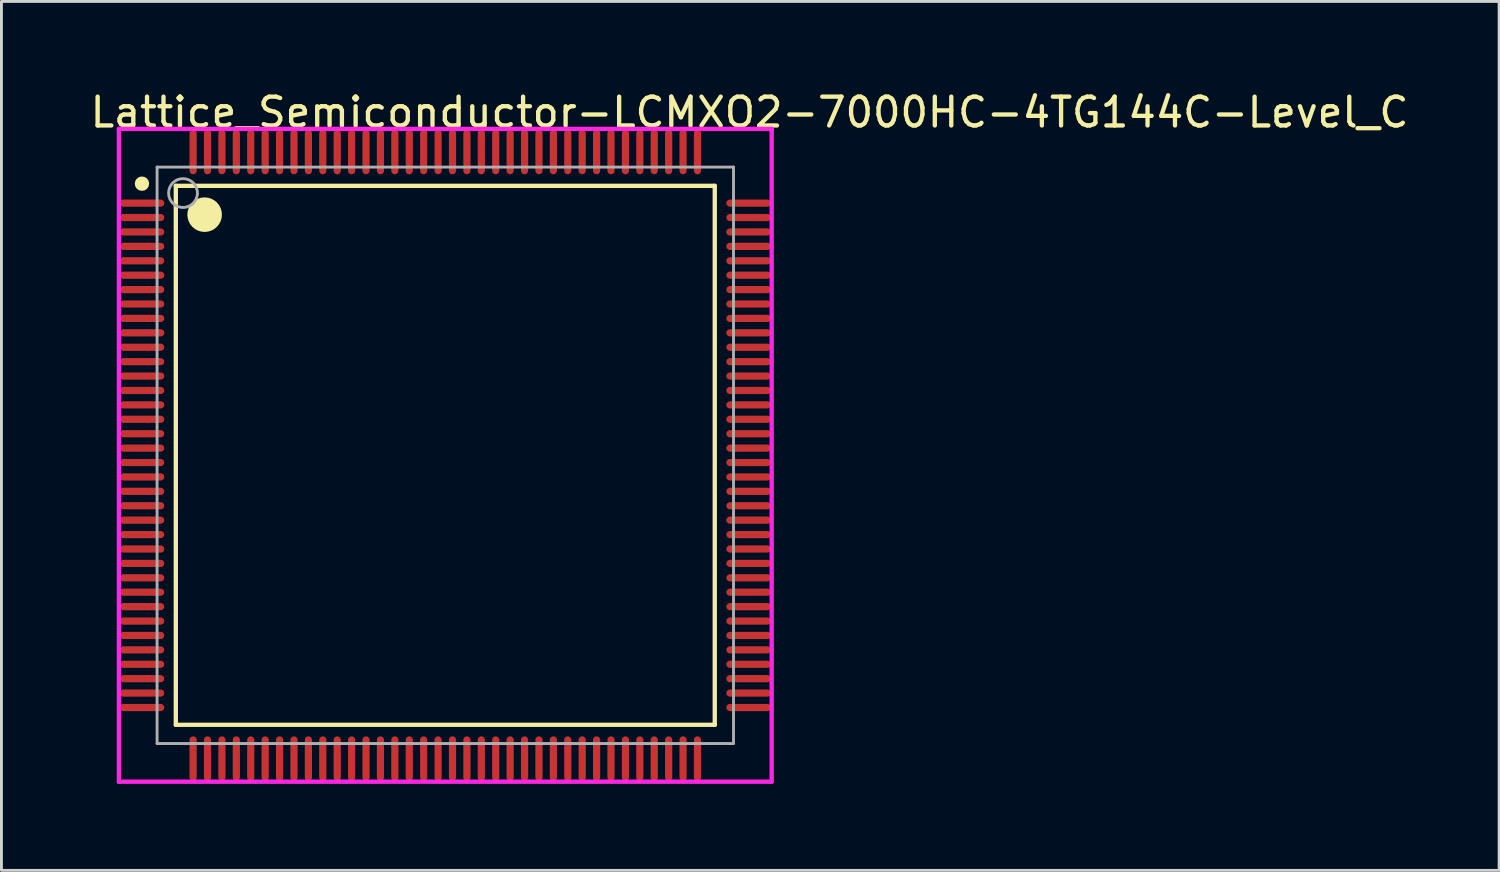
<source format=kicad_pcb>
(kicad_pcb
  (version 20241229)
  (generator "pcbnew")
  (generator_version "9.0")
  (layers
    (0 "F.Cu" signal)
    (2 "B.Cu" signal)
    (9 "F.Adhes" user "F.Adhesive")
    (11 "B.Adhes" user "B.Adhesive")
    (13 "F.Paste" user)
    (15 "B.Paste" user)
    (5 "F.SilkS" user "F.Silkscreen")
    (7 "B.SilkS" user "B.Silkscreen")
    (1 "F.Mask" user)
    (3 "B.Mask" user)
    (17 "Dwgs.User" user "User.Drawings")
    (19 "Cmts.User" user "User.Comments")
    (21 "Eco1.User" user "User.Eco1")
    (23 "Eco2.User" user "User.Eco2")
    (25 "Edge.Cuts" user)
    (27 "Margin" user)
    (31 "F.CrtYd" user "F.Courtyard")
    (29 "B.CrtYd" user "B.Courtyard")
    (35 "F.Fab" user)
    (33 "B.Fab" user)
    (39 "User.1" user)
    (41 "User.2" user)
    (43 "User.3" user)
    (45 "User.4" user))
  (footprint "Lattice_Semiconductor-LCMXO2-7000HC-4TG144C-Level_C"
    (layer "F.Cu")
    (at 12.4 12.748)
    (property "Reference" "Lattice_Semiconductor-LCMXO2-7000HC-4TG144C-Level_C" (at -12.4 -11.9 0) (layer "F.SilkS") (effects (font (size 1 1) (thickness 0.15)) (justify left)))
    (attr through_hole)
    (fp_line (start -9.35 -9.35) (end 9.35 -9.35) (stroke (width 0.15) (type solid)) (layer "F.SilkS"))
    (fp_line (start -9.35 9.35) (end -9.35 -9.35) (stroke (width 0.15) (type solid)) (layer "F.SilkS"))
    (fp_line (start -9.35 9.35) (end 9.35 9.35) (stroke (width 0.15) (type solid)) (layer "F.SilkS"))
    (fp_line (start 9.35 9.35) (end 9.35 -9.35) (stroke (width 0.15) (type solid)) (layer "F.SilkS"))
    (fp_circle (center -10.525 -9.425) (end -10.4 -9.425) (stroke (width 0.25) (type solid)) (fill no) (layer "F.SilkS"))
    (fp_circle (center -8.35 -8.35) (end -8.05 -8.35) (stroke (width 0.6) (type solid)) (fill no) (layer "F.SilkS"))
    (fp_line (start -11.325 -11.325) (end -11.325 11.325) (stroke (width 0.15) (type solid)) (layer "F.CrtYd"))
    (fp_line (start -11.325 11.325) (end 11.325 11.325) (stroke (width 0.15) (type solid)) (layer "F.CrtYd"))
    (fp_line (start 11.325 -11.325) (end -11.325 -11.325) (stroke (width 0.15) (type solid)) (layer "F.CrtYd"))
    (fp_line (start 11.325 -11.325) (end 11.325 -11.325) (stroke (width 0.15) (type solid)) (layer "F.CrtYd"))
    (fp_line (start 11.325 11.325) (end 11.325 -11.325) (stroke (width 0.15) (type solid)) (layer "F.CrtYd"))
    (fp_line (start -10 -10) (end 10 -10) (stroke (width 0.1) (type solid)) (layer "F.Fab"))
    (fp_line (start -10 10) (end -10 -10) (stroke (width 0.1) (type solid)) (layer "F.Fab"))
    (fp_line (start -10 10) (end 10 10) (stroke (width 0.1) (type solid)) (layer "F.Fab"))
    (fp_line (start 10 10) (end 10 -10) (stroke (width 0.1) (type solid)) (layer "F.Fab"))
    (fp_circle (center -9.1 -9.1) (end -8.6 -9.1) (stroke (width 0.1) (type solid)) (fill no) (layer "F.Fab"))
    (pad "1" smd roundrect (at -10.525 -8.75 270) (size 0.25 1.55) (layers "F.Cu" "F.Mask" "F.Paste") (roundrect_rratio 0.5))
    (pad "2" smd roundrect (at -10.525 -8.25 270) (size 0.25 1.55) (layers "F.Cu" "F.Mask" "F.Paste") (roundrect_rratio 0.5))
    (pad "3" smd roundrect (at -10.525 -7.75 270) (size 0.25 1.55) (layers "F.Cu" "F.Mask" "F.Paste") (roundrect_rratio 0.5))
    (pad "4" smd roundrect (at -10.525 -7.25 270) (size 0.25 1.55) (layers "F.Cu" "F.Mask" "F.Paste") (roundrect_rratio 0.5))
    (pad "5" smd roundrect (at -10.525 -6.75 270) (size 0.25 1.55) (layers "F.Cu" "F.Mask" "F.Paste") (roundrect_rratio 0.5))
    (pad "6" smd roundrect (at -10.525 -6.25 270) (size 0.25 1.55) (layers "F.Cu" "F.Mask" "F.Paste") (roundrect_rratio 0.5))
    (pad "7" smd roundrect (at -10.525 -5.75 270) (size 0.25 1.55) (layers "F.Cu" "F.Mask" "F.Paste") (roundrect_rratio 0.5))
    (pad "8" smd roundrect (at -10.525 -5.25 270) (size 0.25 1.55) (layers "F.Cu" "F.Mask" "F.Paste") (roundrect_rratio 0.5))
    (pad "9" smd roundrect (at -10.525 -4.75 270) (size 0.25 1.55) (layers "F.Cu" "F.Mask" "F.Paste") (roundrect_rratio 0.5))
    (pad "10" smd roundrect (at -10.525 -4.25 270) (size 0.25 1.55) (layers "F.Cu" "F.Mask" "F.Paste") (roundrect_rratio 0.5))
    (pad "11" smd roundrect (at -10.525 -3.75 270) (size 0.25 1.55) (layers "F.Cu" "F.Mask" "F.Paste") (roundrect_rratio 0.5))
    (pad "12" smd roundrect (at -10.525 -3.25 270) (size 0.25 1.55) (layers "F.Cu" "F.Mask" "F.Paste") (roundrect_rratio 0.5))
    (pad "13" smd roundrect (at -10.525 -2.75 270) (size 0.25 1.55) (layers "F.Cu" "F.Mask" "F.Paste") (roundrect_rratio 0.5))
    (pad "14" smd roundrect (at -10.525 -2.25 270) (size 0.25 1.55) (layers "F.Cu" "F.Mask" "F.Paste") (roundrect_rratio 0.5))
    (pad "15" smd roundrect (at -10.525 -1.75 270) (size 0.25 1.55) (layers "F.Cu" "F.Mask" "F.Paste") (roundrect_rratio 0.5))
    (pad "16" smd roundrect (at -10.525 -1.25 270) (size 0.25 1.55) (layers "F.Cu" "F.Mask" "F.Paste") (roundrect_rratio 0.5))
    (pad "17" smd roundrect (at -10.525 -0.75 270) (size 0.25 1.55) (layers "F.Cu" "F.Mask" "F.Paste") (roundrect_rratio 0.5))
    (pad "18" smd roundrect (at -10.525 -0.25 270) (size 0.25 1.55) (layers "F.Cu" "F.Mask" "F.Paste") (roundrect_rratio 0.5))
    (pad "19" smd roundrect (at -10.525 0.25 270) (size 0.25 1.55) (layers "F.Cu" "F.Mask" "F.Paste") (roundrect_rratio 0.5))
    (pad "20" smd roundrect (at -10.525 0.75 270) (size 0.25 1.55) (layers "F.Cu" "F.Mask" "F.Paste") (roundrect_rratio 0.5))
    (pad "21" smd roundrect (at -10.525 1.25 270) (size 0.25 1.55) (layers "F.Cu" "F.Mask" "F.Paste") (roundrect_rratio 0.5))
    (pad "22" smd roundrect (at -10.525 1.75 270) (size 0.25 1.55) (layers "F.Cu" "F.Mask" "F.Paste") (roundrect_rratio 0.5))
    (pad "23" smd roundrect (at -10.525 2.25 270) (size 0.25 1.55) (layers "F.Cu" "F.Mask" "F.Paste") (roundrect_rratio 0.5))
    (pad "24" smd roundrect (at -10.525 2.75 270) (size 0.25 1.55) (layers "F.Cu" "F.Mask" "F.Paste") (roundrect_rratio 0.5))
    (pad "25" smd roundrect (at -10.525 3.25 270) (size 0.25 1.55) (layers "F.Cu" "F.Mask" "F.Paste") (roundrect_rratio 0.5))
    (pad "26" smd roundrect (at -10.525 3.75 270) (size 0.25 1.55) (layers "F.Cu" "F.Mask" "F.Paste") (roundrect_rratio 0.5))
    (pad "27" smd roundrect (at -10.525 4.25 270) (size 0.25 1.55) (layers "F.Cu" "F.Mask" "F.Paste") (roundrect_rratio 0.5))
    (pad "28" smd roundrect (at -10.525 4.75 270) (size 0.25 1.55) (layers "F.Cu" "F.Mask" "F.Paste") (roundrect_rratio 0.5))
    (pad "29" smd roundrect (at -10.525 5.25 270) (size 0.25 1.55) (layers "F.Cu" "F.Mask" "F.Paste") (roundrect_rratio 0.5))
    (pad "30" smd roundrect (at -10.525 5.75 270) (size 0.25 1.55) (layers "F.Cu" "F.Mask" "F.Paste") (roundrect_rratio 0.5))
    (pad "31" smd roundrect (at -10.525 6.25 270) (size 0.25 1.55) (layers "F.Cu" "F.Mask" "F.Paste") (roundrect_rratio 0.5))
    (pad "32" smd roundrect (at -10.525 6.75 270) (size 0.25 1.55) (layers "F.Cu" "F.Mask" "F.Paste") (roundrect_rratio 0.5))
    (pad "33" smd roundrect (at -10.525 7.25 270) (size 0.25 1.55) (layers "F.Cu" "F.Mask" "F.Paste") (roundrect_rratio 0.5))
    (pad "34" smd roundrect (at -10.525 7.75 270) (size 0.25 1.55) (layers "F.Cu" "F.Mask" "F.Paste") (roundrect_rratio 0.5))
    (pad "35" smd roundrect (at -10.525 8.25 270) (size 0.25 1.55) (layers "F.Cu" "F.Mask" "F.Paste") (roundrect_rratio 0.5))
    (pad "36" smd roundrect (at -10.525 8.75 270) (size 0.25 1.55) (layers "F.Cu" "F.Mask" "F.Paste") (roundrect_rratio 0.5))
    (pad "37" smd roundrect (at -8.75 10.525) (size 0.25 1.55) (layers "F.Cu" "F.Mask" "F.Paste") (roundrect_rratio 0.5))
    (pad "38" smd roundrect (at -8.25 10.525) (size 0.25 1.55) (layers "F.Cu" "F.Mask" "F.Paste") (roundrect_rratio 0.5))
    (pad "39" smd roundrect (at -7.75 10.525) (size 0.25 1.55) (layers "F.Cu" "F.Mask" "F.Paste") (roundrect_rratio 0.5))
    (pad "40" smd roundrect (at -7.25 10.525) (size 0.25 1.55) (layers "F.Cu" "F.Mask" "F.Paste") (roundrect_rratio 0.5))
    (pad "41" smd roundrect (at -6.75 10.525) (size 0.25 1.55) (layers "F.Cu" "F.Mask" "F.Paste") (roundrect_rratio 0.5))
    (pad "42" smd roundrect (at -6.25 10.525) (size 0.25 1.55) (layers "F.Cu" "F.Mask" "F.Paste") (roundrect_rratio 0.5))
    (pad "43" smd roundrect (at -5.75 10.525) (size 0.25 1.55) (layers "F.Cu" "F.Mask" "F.Paste") (roundrect_rratio 0.5))
    (pad "44" smd roundrect (at -5.25 10.525) (size 0.25 1.55) (layers "F.Cu" "F.Mask" "F.Paste") (roundrect_rratio 0.5))
    (pad "45" smd roundrect (at -4.75 10.525) (size 0.25 1.55) (layers "F.Cu" "F.Mask" "F.Paste") (roundrect_rratio 0.5))
    (pad "46" smd roundrect (at -4.25 10.525) (size 0.25 1.55) (layers "F.Cu" "F.Mask" "F.Paste") (roundrect_rratio 0.5))
    (pad "47" smd roundrect (at -3.75 10.525) (size 0.25 1.55) (layers "F.Cu" "F.Mask" "F.Paste") (roundrect_rratio 0.5))
    (pad "48" smd roundrect (at -3.25 10.525) (size 0.25 1.55) (layers "F.Cu" "F.Mask" "F.Paste") (roundrect_rratio 0.5))
    (pad "49" smd roundrect (at -2.75 10.525) (size 0.25 1.55) (layers "F.Cu" "F.Mask" "F.Paste") (roundrect_rratio 0.5))
    (pad "50" smd roundrect (at -2.25 10.525) (size 0.25 1.55) (layers "F.Cu" "F.Mask" "F.Paste") (roundrect_rratio 0.5))
    (pad "51" smd roundrect (at -1.75 10.525) (size 0.25 1.55) (layers "F.Cu" "F.Mask" "F.Paste") (roundrect_rratio 0.5))
    (pad "52" smd roundrect (at -1.25 10.525) (size 0.25 1.55) (layers "F.Cu" "F.Mask" "F.Paste") (roundrect_rratio 0.5))
    (pad "53" smd roundrect (at -0.75 10.525) (size 0.25 1.55) (layers "F.Cu" "F.Mask" "F.Paste") (roundrect_rratio 0.5))
    (pad "54" smd roundrect (at -0.25 10.525) (size 0.25 1.55) (layers "F.Cu" "F.Mask" "F.Paste") (roundrect_rratio 0.5))
    (pad "55" smd roundrect (at 0.25 10.525) (size 0.25 1.55) (layers "F.Cu" "F.Mask" "F.Paste") (roundrect_rratio 0.5))
    (pad "56" smd roundrect (at 0.75 10.525) (size 0.25 1.55) (layers "F.Cu" "F.Mask" "F.Paste") (roundrect_rratio 0.5))
    (pad "57" smd roundrect (at 1.25 10.525) (size 0.25 1.55) (layers "F.Cu" "F.Mask" "F.Paste") (roundrect_rratio 0.5))
    (pad "58" smd roundrect (at 1.75 10.525) (size 0.25 1.55) (layers "F.Cu" "F.Mask" "F.Paste") (roundrect_rratio 0.5))
    (pad "59" smd roundrect (at 2.25 10.525) (size 0.25 1.55) (layers "F.Cu" "F.Mask" "F.Paste") (roundrect_rratio 0.5))
    (pad "60" smd roundrect (at 2.75 10.525) (size 0.25 1.55) (layers "F.Cu" "F.Mask" "F.Paste") (roundrect_rratio 0.5))
    (pad "61" smd roundrect (at 3.25 10.525) (size 0.25 1.55) (layers "F.Cu" "F.Mask" "F.Paste") (roundrect_rratio 0.5))
    (pad "62" smd roundrect (at 3.75 10.525) (size 0.25 1.55) (layers "F.Cu" "F.Mask" "F.Paste") (roundrect_rratio 0.5))
    (pad "63" smd roundrect (at 4.25 10.525) (size 0.25 1.55) (layers "F.Cu" "F.Mask" "F.Paste") (roundrect_rratio 0.5))
    (pad "64" smd roundrect (at 4.75 10.525) (size 0.25 1.55) (layers "F.Cu" "F.Mask" "F.Paste") (roundrect_rratio 0.5))
    (pad "65" smd roundrect (at 5.25 10.525) (size 0.25 1.55) (layers "F.Cu" "F.Mask" "F.Paste") (roundrect_rratio 0.5))
    (pad "66" smd roundrect (at 5.75 10.525) (size 0.25 1.55) (layers "F.Cu" "F.Mask" "F.Paste") (roundrect_rratio 0.5))
    (pad "67" smd roundrect (at 6.25 10.525) (size 0.25 1.55) (layers "F.Cu" "F.Mask" "F.Paste") (roundrect_rratio 0.5))
    (pad "68" smd roundrect (at 6.75 10.525) (size 0.25 1.55) (layers "F.Cu" "F.Mask" "F.Paste") (roundrect_rratio 0.5))
    (pad "69" smd roundrect (at 7.25 10.525) (size 0.25 1.55) (layers "F.Cu" "F.Mask" "F.Paste") (roundrect_rratio 0.5))
    (pad "70" smd roundrect (at 7.75 10.525) (size 0.25 1.55) (layers "F.Cu" "F.Mask" "F.Paste") (roundrect_rratio 0.5))
    (pad "71" smd roundrect (at 8.25 10.525) (size 0.25 1.55) (layers "F.Cu" "F.Mask" "F.Paste") (roundrect_rratio 0.5))
    (pad "72" smd roundrect (at 8.75 10.525) (size 0.25 1.55) (layers "F.Cu" "F.Mask" "F.Paste") (roundrect_rratio 0.5))
    (pad "73" smd roundrect (at 10.525 8.75 270) (size 0.25 1.55) (layers "F.Cu" "F.Mask" "F.Paste") (roundrect_rratio 0.5))
    (pad "74" smd roundrect (at 10.525 8.25 270) (size 0.25 1.55) (layers "F.Cu" "F.Mask" "F.Paste") (roundrect_rratio 0.5))
    (pad "75" smd roundrect (at 10.525 7.75 270) (size 0.25 1.55) (layers "F.Cu" "F.Mask" "F.Paste") (roundrect_rratio 0.5))
    (pad "76" smd roundrect (at 10.525 7.25 270) (size 0.25 1.55) (layers "F.Cu" "F.Mask" "F.Paste") (roundrect_rratio 0.5))
    (pad "77" smd roundrect (at 10.525 6.75 270) (size 0.25 1.55) (layers "F.Cu" "F.Mask" "F.Paste") (roundrect_rratio 0.5))
    (pad "78" smd roundrect (at 10.525 6.25 270) (size 0.25 1.55) (layers "F.Cu" "F.Mask" "F.Paste") (roundrect_rratio 0.5))
    (pad "79" smd roundrect (at 10.525 5.75 270) (size 0.25 1.55) (layers "F.Cu" "F.Mask" "F.Paste") (roundrect_rratio 0.5))
    (pad "80" smd roundrect (at 10.525 5.25 270) (size 0.25 1.55) (layers "F.Cu" "F.Mask" "F.Paste") (roundrect_rratio 0.5))
    (pad "81" smd roundrect (at 10.525 4.75 270) (size 0.25 1.55) (layers "F.Cu" "F.Mask" "F.Paste") (roundrect_rratio 0.5))
    (pad "82" smd roundrect (at 10.525 4.25 270) (size 0.25 1.55) (layers "F.Cu" "F.Mask" "F.Paste") (roundrect_rratio 0.5))
    (pad "83" smd roundrect (at 10.525 3.75 270) (size 0.25 1.55) (layers "F.Cu" "F.Mask" "F.Paste") (roundrect_rratio 0.5))
    (pad "84" smd roundrect (at 10.525 3.25 270) (size 0.25 1.55) (layers "F.Cu" "F.Mask" "F.Paste") (roundrect_rratio 0.5))
    (pad "85" smd roundrect (at 10.525 2.75 270) (size 0.25 1.55) (layers "F.Cu" "F.Mask" "F.Paste") (roundrect_rratio 0.5))
    (pad "86" smd roundrect (at 10.525 2.25 270) (size 0.25 1.55) (layers "F.Cu" "F.Mask" "F.Paste") (roundrect_rratio 0.5))
    (pad "87" smd roundrect (at 10.525 1.75 270) (size 0.25 1.55) (layers "F.Cu" "F.Mask" "F.Paste") (roundrect_rratio 0.5))
    (pad "88" smd roundrect (at 10.525 1.25 270) (size 0.25 1.55) (layers "F.Cu" "F.Mask" "F.Paste") (roundrect_rratio 0.5))
    (pad "89" smd roundrect (at 10.525 0.75 270) (size 0.25 1.55) (layers "F.Cu" "F.Mask" "F.Paste") (roundrect_rratio 0.5))
    (pad "90" smd roundrect (at 10.525 0.25 270) (size 0.25 1.55) (layers "F.Cu" "F.Mask" "F.Paste") (roundrect_rratio 0.5))
    (pad "91" smd roundrect (at 10.525 -0.25 270) (size 0.25 1.55) (layers "F.Cu" "F.Mask" "F.Paste") (roundrect_rratio 0.5))
    (pad "92" smd roundrect (at 10.525 -0.75 270) (size 0.25 1.55) (layers "F.Cu" "F.Mask" "F.Paste") (roundrect_rratio 0.5))
    (pad "93" smd roundrect (at 10.525 -1.25 270) (size 0.25 1.55) (layers "F.Cu" "F.Mask" "F.Paste") (roundrect_rratio 0.5))
    (pad "94" smd roundrect (at 10.525 -1.75 270) (size 0.25 1.55) (layers "F.Cu" "F.Mask" "F.Paste") (roundrect_rratio 0.5))
    (pad "95" smd roundrect (at 10.525 -2.25 270) (size 0.25 1.55) (layers "F.Cu" "F.Mask" "F.Paste") (roundrect_rratio 0.5))
    (pad "96" smd roundrect (at 10.525 -2.75 270) (size 0.25 1.55) (layers "F.Cu" "F.Mask" "F.Paste") (roundrect_rratio 0.5))
    (pad "97" smd roundrect (at 10.525 -3.25 270) (size 0.25 1.55) (layers "F.Cu" "F.Mask" "F.Paste") (roundrect_rratio 0.5))
    (pad "98" smd roundrect (at 10.525 -3.75 270) (size 0.25 1.55) (layers "F.Cu" "F.Mask" "F.Paste") (roundrect_rratio 0.5))
    (pad "99" smd roundrect (at 10.525 -4.25 270) (size 0.25 1.55) (layers "F.Cu" "F.Mask" "F.Paste") (roundrect_rratio 0.5))
    (pad "100" smd roundrect (at 10.525 -4.75 270) (size 0.25 1.55) (layers "F.Cu" "F.Mask" "F.Paste") (roundrect_rratio 0.5))
    (pad "101" smd roundrect (at 10.525 -5.25 270) (size 0.25 1.55) (layers "F.Cu" "F.Mask" "F.Paste") (roundrect_rratio 0.5))
    (pad "102" smd roundrect (at 10.525 -5.75 270) (size 0.25 1.55) (layers "F.Cu" "F.Mask" "F.Paste") (roundrect_rratio 0.5))
    (pad "103" smd roundrect (at 10.525 -6.25 270) (size 0.25 1.55) (layers "F.Cu" "F.Mask" "F.Paste") (roundrect_rratio 0.5))
    (pad "104" smd roundrect (at 10.525 -6.75 270) (size 0.25 1.55) (layers "F.Cu" "F.Mask" "F.Paste") (roundrect_rratio 0.5))
    (pad "105" smd roundrect (at 10.525 -7.25 270) (size 0.25 1.55) (layers "F.Cu" "F.Mask" "F.Paste") (roundrect_rratio 0.5))
    (pad "106" smd roundrect (at 10.525 -7.75 270) (size 0.25 1.55) (layers "F.Cu" "F.Mask" "F.Paste") (roundrect_rratio 0.5))
    (pad "107" smd roundrect (at 10.525 -8.25 270) (size 0.25 1.55) (layers "F.Cu" "F.Mask" "F.Paste") (roundrect_rratio 0.5))
    (pad "108" smd roundrect (at 10.525 -8.75 270) (size 0.25 1.55) (layers "F.Cu" "F.Mask" "F.Paste") (roundrect_rratio 0.5))
    (pad "109" smd roundrect (at 8.75 -10.525) (size 0.25 1.55) (layers "F.Cu" "F.Mask" "F.Paste") (roundrect_rratio 0.5))
    (pad "110" smd roundrect (at 8.25 -10.525) (size 0.25 1.55) (layers "F.Cu" "F.Mask" "F.Paste") (roundrect_rratio 0.5))
    (pad "111" smd roundrect (at 7.75 -10.525) (size 0.25 1.55) (layers "F.Cu" "F.Mask" "F.Paste") (roundrect_rratio 0.5))
    (pad "112" smd roundrect (at 7.25 -10.525) (size 0.25 1.55) (layers "F.Cu" "F.Mask" "F.Paste") (roundrect_rratio 0.5))
    (pad "113" smd roundrect (at 6.75 -10.525) (size 0.25 1.55) (layers "F.Cu" "F.Mask" "F.Paste") (roundrect_rratio 0.5))
    (pad "114" smd roundrect (at 6.25 -10.525) (size 0.25 1.55) (layers "F.Cu" "F.Mask" "F.Paste") (roundrect_rratio 0.5))
    (pad "115" smd roundrect (at 5.75 -10.525) (size 0.25 1.55) (layers "F.Cu" "F.Mask" "F.Paste") (roundrect_rratio 0.5))
    (pad "116" smd roundrect (at 5.25 -10.525) (size 0.25 1.55) (layers "F.Cu" "F.Mask" "F.Paste") (roundrect_rratio 0.5))
    (pad "117" smd roundrect (at 4.75 -10.525) (size 0.25 1.55) (layers "F.Cu" "F.Mask" "F.Paste") (roundrect_rratio 0.5))
    (pad "118" smd roundrect (at 4.25 -10.525) (size 0.25 1.55) (layers "F.Cu" "F.Mask" "F.Paste") (roundrect_rratio 0.5))
    (pad "119" smd roundrect (at 3.75 -10.525) (size 0.25 1.55) (layers "F.Cu" "F.Mask" "F.Paste") (roundrect_rratio 0.5))
    (pad "120" smd roundrect (at 3.25 -10.525) (size 0.25 1.55) (layers "F.Cu" "F.Mask" "F.Paste") (roundrect_rratio 0.5))
    (pad "121" smd roundrect (at 2.75 -10.525) (size 0.25 1.55) (layers "F.Cu" "F.Mask" "F.Paste") (roundrect_rratio 0.5))
    (pad "122" smd roundrect (at 2.25 -10.525) (size 0.25 1.55) (layers "F.Cu" "F.Mask" "F.Paste") (roundrect_rratio 0.5))
    (pad "123" smd roundrect (at 1.75 -10.525) (size 0.25 1.55) (layers "F.Cu" "F.Mask" "F.Paste") (roundrect_rratio 0.5))
    (pad "124" smd roundrect (at 1.25 -10.525) (size 0.25 1.55) (layers "F.Cu" "F.Mask" "F.Paste") (roundrect_rratio 0.5))
    (pad "125" smd roundrect (at 0.75 -10.525) (size 0.25 1.55) (layers "F.Cu" "F.Mask" "F.Paste") (roundrect_rratio 0.5))
    (pad "126" smd roundrect (at 0.25 -10.525) (size 0.25 1.55) (layers "F.Cu" "F.Mask" "F.Paste") (roundrect_rratio 0.5))
    (pad "127" smd roundrect (at -0.25 -10.525) (size 0.25 1.55) (layers "F.Cu" "F.Mask" "F.Paste") (roundrect_rratio 0.5))
    (pad "128" smd roundrect (at -0.75 -10.525) (size 0.25 1.55) (layers "F.Cu" "F.Mask" "F.Paste") (roundrect_rratio 0.5))
    (pad "129" smd roundrect (at -1.25 -10.525) (size 0.25 1.55) (layers "F.Cu" "F.Mask" "F.Paste") (roundrect_rratio 0.5))
    (pad "130" smd roundrect (at -1.75 -10.525) (size 0.25 1.55) (layers "F.Cu" "F.Mask" "F.Paste") (roundrect_rratio 0.5))
    (pad "131" smd roundrect (at -2.25 -10.525) (size 0.25 1.55) (layers "F.Cu" "F.Mask" "F.Paste") (roundrect_rratio 0.5))
    (pad "132" smd roundrect (at -2.75 -10.525) (size 0.25 1.55) (layers "F.Cu" "F.Mask" "F.Paste") (roundrect_rratio 0.5))
    (pad "133" smd roundrect (at -3.25 -10.525) (size 0.25 1.55) (layers "F.Cu" "F.Mask" "F.Paste") (roundrect_rratio 0.5))
    (pad "134" smd roundrect (at -3.75 -10.525) (size 0.25 1.55) (layers "F.Cu" "F.Mask" "F.Paste") (roundrect_rratio 0.5))
    (pad "135" smd roundrect (at -4.25 -10.525) (size 0.25 1.55) (layers "F.Cu" "F.Mask" "F.Paste") (roundrect_rratio 0.5))
    (pad "136" smd roundrect (at -4.75 -10.525) (size 0.25 1.55) (layers "F.Cu" "F.Mask" "F.Paste") (roundrect_rratio 0.5))
    (pad "137" smd roundrect (at -5.25 -10.525) (size 0.25 1.55) (layers "F.Cu" "F.Mask" "F.Paste") (roundrect_rratio 0.5))
    (pad "138" smd roundrect (at -5.75 -10.525) (size 0.25 1.55) (layers "F.Cu" "F.Mask" "F.Paste") (roundrect_rratio 0.5))
    (pad "139" smd roundrect (at -6.25 -10.525) (size 0.25 1.55) (layers "F.Cu" "F.Mask" "F.Paste") (roundrect_rratio 0.5))
    (pad "140" smd roundrect (at -6.75 -10.525) (size 0.25 1.55) (layers "F.Cu" "F.Mask" "F.Paste") (roundrect_rratio 0.5))
    (pad "141" smd roundrect (at -7.25 -10.525) (size 0.25 1.55) (layers "F.Cu" "F.Mask" "F.Paste") (roundrect_rratio 0.5))
    (pad "142" smd roundrect (at -7.75 -10.525) (size 0.25 1.55) (layers "F.Cu" "F.Mask" "F.Paste") (roundrect_rratio 0.5))
    (pad "143" smd roundrect (at -8.25 -10.525) (size 0.25 1.55) (layers "F.Cu" "F.Mask" "F.Paste") (roundrect_rratio 0.5))
    (pad "144" smd roundrect (at -8.75 -10.525) (size 0.25 1.55) (layers "F.Cu" "F.Mask" "F.Paste") (roundrect_rratio 0.5)))
  (gr_rect
    (start -3 -3)
    (end 48.964 27.148)
    (stroke (width 0.1) (type default))
    (fill no)
    (layer "Edge.Cuts")))
</source>
